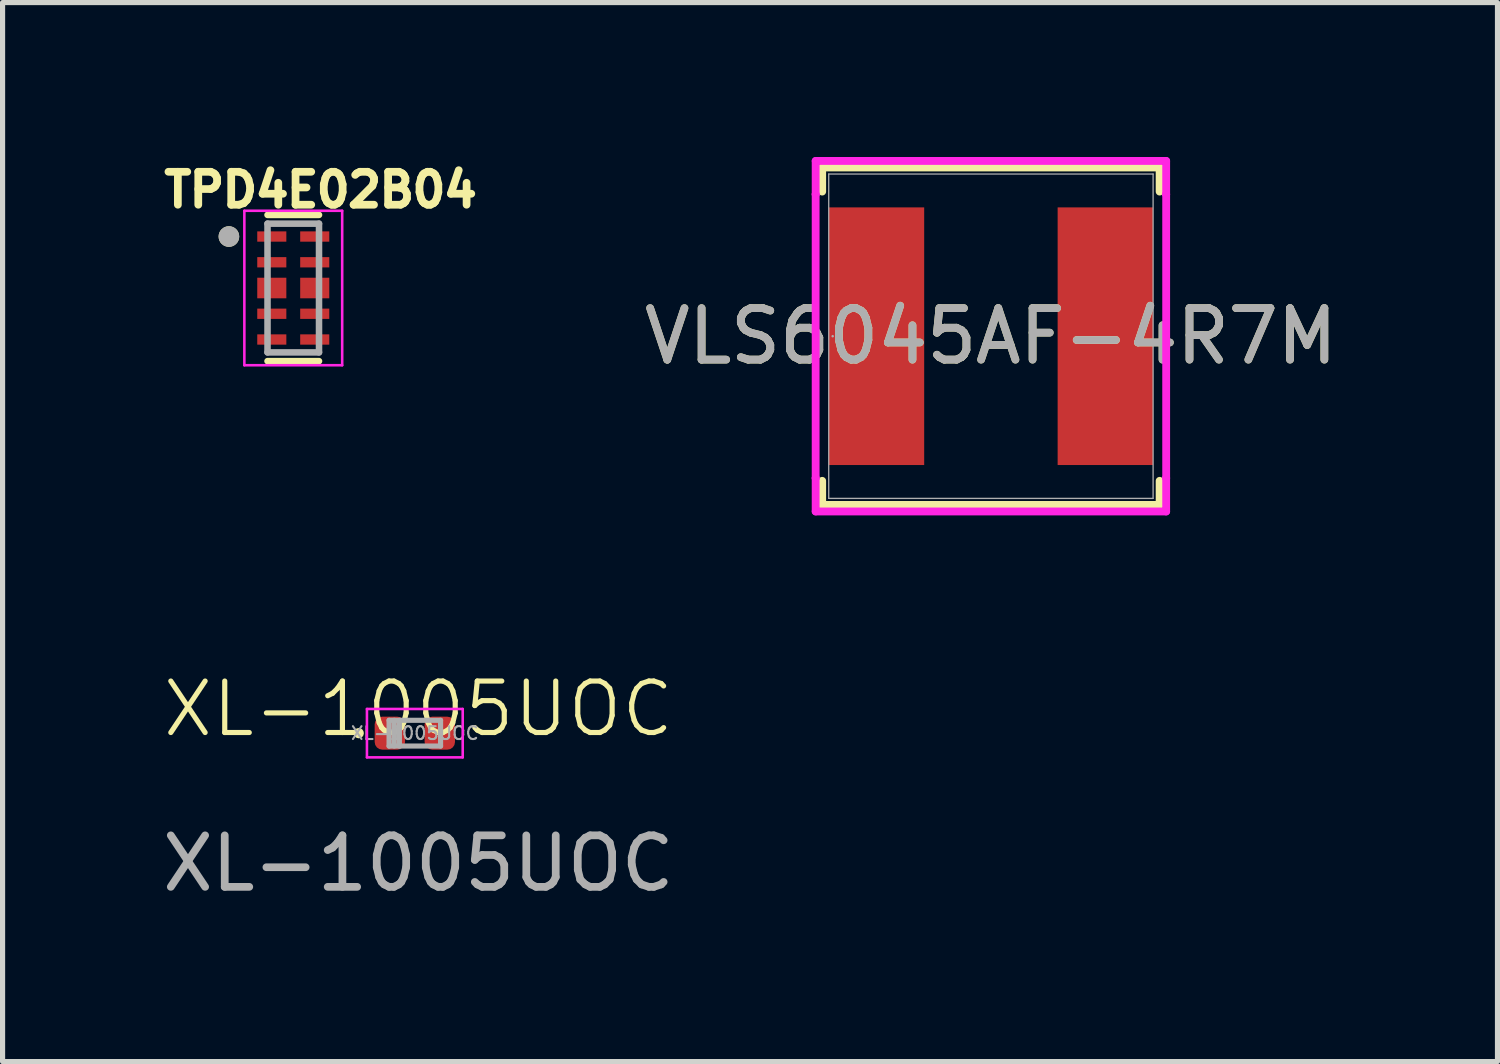
<source format=kicad_pcb>
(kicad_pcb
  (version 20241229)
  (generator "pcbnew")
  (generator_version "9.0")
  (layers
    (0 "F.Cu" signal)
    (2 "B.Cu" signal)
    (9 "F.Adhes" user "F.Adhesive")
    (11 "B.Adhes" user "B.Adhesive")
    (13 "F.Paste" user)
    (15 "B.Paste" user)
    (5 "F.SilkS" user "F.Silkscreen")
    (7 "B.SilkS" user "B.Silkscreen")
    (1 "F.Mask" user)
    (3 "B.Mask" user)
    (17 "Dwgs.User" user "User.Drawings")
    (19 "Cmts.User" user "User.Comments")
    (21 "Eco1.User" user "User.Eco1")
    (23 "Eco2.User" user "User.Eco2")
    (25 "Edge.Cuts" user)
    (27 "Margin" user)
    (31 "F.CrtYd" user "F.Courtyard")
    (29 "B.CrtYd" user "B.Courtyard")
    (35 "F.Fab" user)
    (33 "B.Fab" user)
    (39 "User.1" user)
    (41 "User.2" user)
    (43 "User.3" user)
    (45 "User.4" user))
  (footprint "VLS6045AF-4R7M"
    (layer "F.Cu")
    (at 16.196 3.48)
    (property "Reference" "VLS6045AF-4R7M" (at 0 0 0) (unlocked yes) (layer "F.SilkS") (effects (font (size 1 1) (thickness 0.15))))
    (attr smd)
    (fp_line (start -3.277 -3.277) (end -3.277 -2.809) (stroke (width 0.152) (type solid)) (layer "F.SilkS"))
    (fp_line (start -3.277 2.809) (end -3.277 3.277) (stroke (width 0.152) (type solid)) (layer "F.SilkS"))
    (fp_line (start -3.277 3.277) (end 3.277 3.277) (stroke (width 0.152) (type solid)) (layer "F.SilkS"))
    (fp_line (start 3.277 -3.277) (end -3.277 -3.277) (stroke (width 0.152) (type solid)) (layer "F.SilkS"))
    (fp_line (start 3.277 -2.809) (end 3.277 -3.277) (stroke (width 0.152) (type solid)) (layer "F.SilkS"))
    (fp_line (start 3.277 3.277) (end 3.277 2.809) (stroke (width 0.152) (type solid)) (layer "F.SilkS"))
    (fp_line (start -3.404 -3.404) (end 3.404 -3.404) (stroke (width 0.152) (type solid)) (layer "F.CrtYd"))
    (fp_line (start -3.404 -2.756) (end -3.404 -3.404) (stroke (width 0.152) (type solid)) (layer "F.CrtYd"))
    (fp_line (start -3.404 -2.756) (end -3.404 -2.756) (stroke (width 0.152) (type solid)) (layer "F.CrtYd"))
    (fp_line (start -3.404 2.756) (end -3.404 -2.756) (stroke (width 0.152) (type solid)) (layer "F.CrtYd"))
    (fp_line (start -3.404 2.756) (end -3.404 2.756) (stroke (width 0.152) (type solid)) (layer "F.CrtYd"))
    (fp_line (start -3.404 3.404) (end -3.404 2.756) (stroke (width 0.152) (type solid)) (layer "F.CrtYd"))
    (fp_line (start 3.404 -3.404) (end 3.404 -2.756) (stroke (width 0.152) (type solid)) (layer "F.CrtYd"))
    (fp_line (start 3.404 -2.756) (end 3.404 -2.756) (stroke (width 0.152) (type solid)) (layer "F.CrtYd"))
    (fp_line (start 3.404 -2.756) (end 3.404 2.756) (stroke (width 0.152) (type solid)) (layer "F.CrtYd"))
    (fp_line (start 3.404 2.756) (end 3.404 2.756) (stroke (width 0.152) (type solid)) (layer "F.CrtYd"))
    (fp_line (start 3.404 2.756) (end 3.404 3.404) (stroke (width 0.152) (type solid)) (layer "F.CrtYd"))
    (fp_line (start 3.404 3.404) (end -3.404 3.404) (stroke (width 0.152) (type solid)) (layer "F.CrtYd"))
    (fp_line (start -3.15 -3.15) (end -3.15 3.15) (stroke (width 0.025) (type solid)) (layer "F.Fab"))
    (fp_line (start -3.15 3.15) (end 3.15 3.15) (stroke (width 0.025) (type solid)) (layer "F.Fab"))
    (fp_line (start 3.15 -3.15) (end -3.15 -3.15) (stroke (width 0.025) (type solid)) (layer "F.Fab"))
    (fp_line (start 3.15 3.15) (end 3.15 -3.15) (stroke (width 0.025) (type solid)) (layer "F.Fab"))
    (fp_circle (center -3.073 0) (end -3.073 0) (stroke (width 0.025) (type solid)) (fill no) (layer "F.Fab"))
    (fp_text user "${REFERENCE}" (at 0 0 0) (unlocked yes) (layer "F.Fab") (effects (font (size 1 1) (thickness 0.15))))
    (pad "1" smd rect (at -2.223 0) (size 1.854 5.004) (layers "F.Cu" "F.Mask" "F.Paste"))
    (pad "2" smd rect (at 2.223 0) (size 1.854 5.004) (layers "F.Cu" "F.Mask" "F.Paste"))
    (zone (net_name "") (layer "F.Cu") (hatch full 0.508) (connect_pads) (min_thickness 0.254) (filled_areas_thickness no) (keepout (tracks not_allowed) (vias not_allowed) (pads allowed) (copperpour not_allowed) (footprints allowed)) (placement (enabled no)) (fill) (polygon (pts (xy 14.951 0.381) (xy 17.44 0.381) (xy 17.44 6.579) (xy 14.951 6.579)))))
  (footprint "TPD4E02B04"
    (layer "F.Cu")
    (at 2.646 2.544)
    (property "Reference" "TPD4E02B04" (at 0.532 -1.906 0) (layer "F.SilkS") (effects (font (size 0.64 0.64) (thickness 0.15))))
    (attr smd)
    (fp_poly (pts (xy -0.77 -1.17) (xy -0.065 -1.17) (xy -0.065 -0.83) (xy -0.77 -0.83)) (stroke (width 0.01) (type solid)) (fill yes) (layer "F.Mask"))
    (fp_poly (pts (xy -0.77 -0.67) (xy -0.065 -0.67) (xy -0.065 -0.33) (xy -0.77 -0.33)) (stroke (width 0.01) (type solid)) (fill yes) (layer "F.Mask"))
    (fp_poly (pts (xy -0.77 -0.27) (xy -0.065 -0.27) (xy -0.065 0.27) (xy -0.77 0.27)) (stroke (width 0.01) (type solid)) (fill yes) (layer "F.Mask"))
    (fp_poly (pts (xy -0.77 0.33) (xy -0.065 0.33) (xy -0.065 0.67) (xy -0.77 0.67)) (stroke (width 0.01) (type solid)) (fill yes) (layer "F.Mask"))
    (fp_poly (pts (xy -0.77 0.83) (xy -0.065 0.83) (xy -0.065 1.17) (xy -0.77 1.17)) (stroke (width 0.01) (type solid)) (fill yes) (layer "F.Mask"))
    (fp_poly (pts (xy 0.065 -1.17) (xy 0.77 -1.17) (xy 0.77 -0.83) (xy 0.065 -0.83)) (stroke (width 0.01) (type solid)) (fill yes) (layer "F.Mask"))
    (fp_poly (pts (xy 0.065 -0.67) (xy 0.77 -0.67) (xy 0.77 -0.33) (xy 0.065 -0.33)) (stroke (width 0.01) (type solid)) (fill yes) (layer "F.Mask"))
    (fp_poly (pts (xy 0.065 -0.27) (xy 0.77 -0.27) (xy 0.77 0.27) (xy 0.065 0.27)) (stroke (width 0.01) (type solid)) (fill yes) (layer "F.Mask"))
    (fp_poly (pts (xy 0.065 0.33) (xy 0.77 0.33) (xy 0.77 0.67) (xy 0.065 0.67)) (stroke (width 0.01) (type solid)) (fill yes) (layer "F.Mask"))
    (fp_poly (pts (xy 0.065 0.83) (xy 0.77 0.83) (xy 0.77 1.17) (xy 0.065 1.17)) (stroke (width 0.01) (type solid)) (fill yes) (layer "F.Mask"))
    (fp_line (start -0.5 1.42) (end 0.5 1.42) (stroke (width 0.127) (type solid)) (layer "F.SilkS"))
    (fp_line (start 0.5 -1.42) (end -0.5 -1.42) (stroke (width 0.127) (type solid)) (layer "F.SilkS"))
    (fp_circle (center -1.25 -1) (end -1.15 -1) (stroke (width 0.2) (type solid)) (fill no) (layer "F.SilkS"))
    (fp_poly (pts (xy -0.7 -0.18) (xy -0.135 -0.18) (xy -0.135 0.18) (xy -0.7 0.18)) (stroke (width 0.01) (type solid)) (fill yes) (layer "F.Paste"))
    (fp_poly (pts (xy 0.135 -0.18) (xy 0.7 -0.18) (xy 0.7 0.18) (xy 0.135 0.18)) (stroke (width 0.01) (type solid)) (fill yes) (layer "F.Paste"))
    (fp_line (start -0.95 -1.5) (end 0.95 -1.5) (stroke (width 0.05) (type solid)) (layer "F.CrtYd"))
    (fp_line (start -0.95 1.5) (end -0.95 -1.5) (stroke (width 0.05) (type solid)) (layer "F.CrtYd"))
    (fp_line (start 0.95 -1.5) (end 0.95 1.5) (stroke (width 0.05) (type solid)) (layer "F.CrtYd"))
    (fp_line (start 0.95 1.5) (end -0.95 1.5) (stroke (width 0.05) (type solid)) (layer "F.CrtYd"))
    (fp_line (start -0.5 -1.25) (end -0.5 1.25) (stroke (width 0.127) (type solid)) (layer "F.Fab"))
    (fp_line (start -0.5 1.25) (end 0.5 1.25) (stroke (width 0.127) (type solid)) (layer "F.Fab"))
    (fp_line (start 0.5 -1.25) (end -0.5 -1.25) (stroke (width 0.127) (type solid)) (layer "F.Fab"))
    (fp_line (start 0.5 1.25) (end 0.5 -1.25) (stroke (width 0.127) (type solid)) (layer "F.Fab"))
    (fp_circle (center -1.25 -1) (end -1.15 -1) (stroke (width 0.2) (type solid)) (fill no) (layer "F.Fab"))
    (pad "1" smd rect (at -0.417 -1) (size 0.565 0.2) (layers "F.Cu" "F.Paste"))
    (pad "2" smd rect (at -0.417 -0.5) (size 0.565 0.2) (layers "F.Cu" "F.Paste"))
    (pad "3" smd rect (at -0.417 0) (size 0.565 0.4) (layers "F.Cu"))
    (pad "4" smd rect (at -0.417 0.5) (size 0.565 0.2) (layers "F.Cu" "F.Paste"))
    (pad "5" smd rect (at -0.417 1) (size 0.565 0.2) (layers "F.Cu" "F.Paste"))
    (pad "6" smd rect (at 0.417 1) (size 0.565 0.2) (layers "F.Cu" "F.Paste"))
    (pad "7" smd rect (at 0.417 0.5) (size 0.565 0.2) (layers "F.Cu" "F.Paste"))
    (pad "8" smd rect (at 0.417 0) (size 0.565 0.4) (layers "F.Cu"))
    (pad "9" smd rect (at 0.417 -0.5) (size 0.565 0.2) (layers "F.Cu" "F.Paste"))
    (pad "10" smd rect (at 0.417 -1) (size 0.565 0.2) (layers "F.Cu" "F.Paste")))
  (footprint "XL-1005UOC"
    (layer "F.Cu")
    (at 5.077 11.22)
    (property "Reference" "XL-1005UOC" (at 0 -0.5 0) (unlocked yes) (layer "F.SilkS") (effects (font (size 1 1) (thickness 0.1))))
    (attr smd)
    (fp_circle (center -1.16 -0.03) (end -1.11 -0.03) (stroke (width 0.1) (type solid)) (fill no) (layer "F.SilkS"))
    (fp_line (start -1 -0.5) (end 0.86 -0.5) (stroke (width 0.05) (type solid)) (layer "F.CrtYd"))
    (fp_line (start -1 0.44) (end -1 -0.5) (stroke (width 0.05) (type solid)) (layer "F.CrtYd"))
    (fp_line (start 0.86 -0.5) (end 0.86 0.44) (stroke (width 0.05) (type solid)) (layer "F.CrtYd"))
    (fp_line (start 0.86 0.44) (end -1 0.44) (stroke (width 0.05) (type solid)) (layer "F.CrtYd"))
    (fp_line (start -0.57 -0.28) (end 0.43 -0.28) (stroke (width 0.1) (type solid)) (layer "F.Fab"))
    (fp_line (start -0.57 0.22) (end -0.57 -0.28) (stroke (width 0.1) (type solid)) (layer "F.Fab"))
    (fp_line (start -0.47 0.22) (end -0.47 -0.28) (stroke (width 0.1) (type solid)) (layer "F.Fab"))
    (fp_line (start -0.37 0.22) (end -0.37 -0.28) (stroke (width 0.1) (type solid)) (layer "F.Fab"))
    (fp_line (start 0.43 -0.28) (end 0.43 0.22) (stroke (width 0.1) (type solid)) (layer "F.Fab"))
    (fp_line (start 0.43 0.22) (end -0.57 0.22) (stroke (width 0.1) (type solid)) (layer "F.Fab"))
    (fp_text user "${REFERENCE}" (at 0 2.5 0) (unlocked yes) (layer "F.Fab") (effects (font (size 1 1) (thickness 0.15))))
    (fp_text user "${REFERENCE}" (at -0.07 -0.03 0) (layer "F.Fab") (effects (font (size 0.25 0.25) (thickness 0.04))))
    (pad "1" smd roundrect (at -0.555 -0.03) (size 0.59 0.64) (layers "F.Cu" "F.Mask" "F.Paste") (roundrect_rratio 0.25))
    (pad "2" smd roundrect (at 0.415 -0.03) (size 0.59 0.64) (layers "F.Cu" "F.Mask" "F.Paste") (roundrect_rratio 0.25)))
  (gr_rect
    (start -3 -3)
    (end 26.035 17.568)
    (stroke (width 0.1) (type default))
    (fill no)
    (layer "Edge.Cuts")))
</source>
